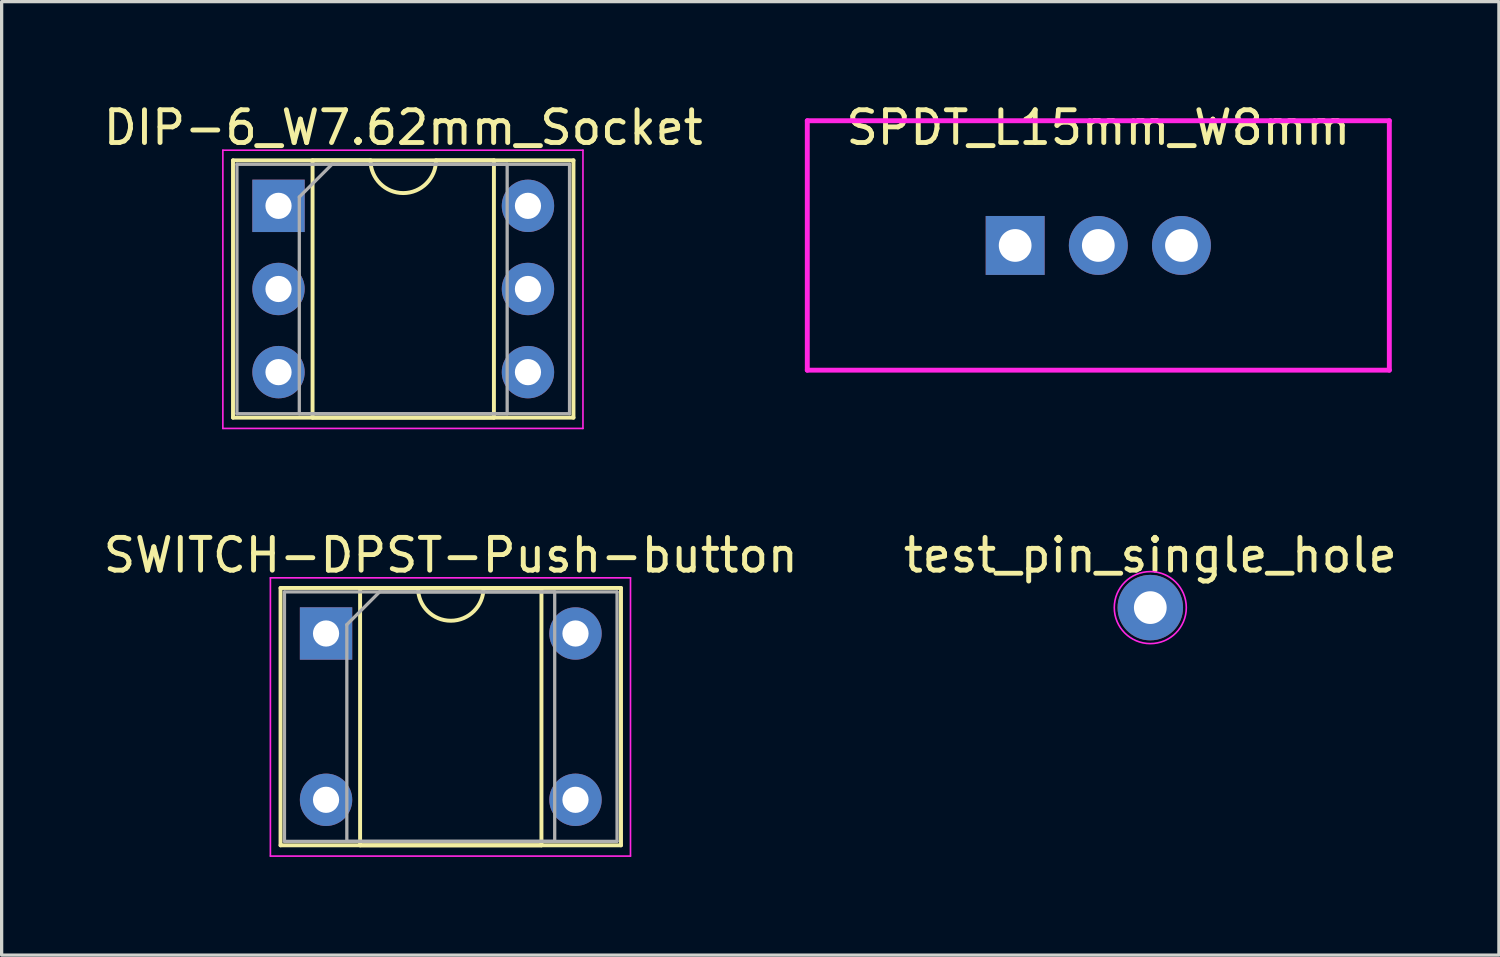
<source format=kicad_pcb>
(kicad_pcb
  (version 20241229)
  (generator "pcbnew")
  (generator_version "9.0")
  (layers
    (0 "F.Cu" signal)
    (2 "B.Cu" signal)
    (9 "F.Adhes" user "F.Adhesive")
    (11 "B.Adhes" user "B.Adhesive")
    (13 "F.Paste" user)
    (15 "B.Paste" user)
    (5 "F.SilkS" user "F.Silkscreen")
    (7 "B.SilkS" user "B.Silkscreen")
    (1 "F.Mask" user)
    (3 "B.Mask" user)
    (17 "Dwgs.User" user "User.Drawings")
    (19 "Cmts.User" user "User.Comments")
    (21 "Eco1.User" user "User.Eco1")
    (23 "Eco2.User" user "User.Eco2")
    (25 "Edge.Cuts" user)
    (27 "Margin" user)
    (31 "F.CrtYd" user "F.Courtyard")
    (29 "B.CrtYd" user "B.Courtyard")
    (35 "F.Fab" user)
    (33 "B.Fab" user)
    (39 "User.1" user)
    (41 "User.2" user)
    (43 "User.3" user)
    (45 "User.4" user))
  (footprint "test_pin_single_hole"
    (layer "F.Cu")
    (at 32.089 15.511)
    (property "Reference" "test_pin_single_hole" (at 0 -1.6 0) (layer "F.SilkS") (effects (font (size 1 1) (thickness 0.15))))
    (attr through_hole)
    (fp_circle (center 0 0) (end 1.1 0) (stroke (width 0.05) (type solid)) (fill no) (layer "F.CrtYd"))
    (pad "1" thru_hole circle (at 0 0) (size 2 2) (drill 1) (layers "*.Cu" "*.Mask")))
  (footprint "DIP-6_W7.62mm_Socket"
    (layer "F.Cu")
    (at 5.458 3.238)
    (property "Reference" "DIP-6_W7.62mm_Socket" (at 3.81 -2.39 0) (layer "F.SilkS") (effects (font (size 1 1) (thickness 0.15))))
    (attr through_hole)
    (fp_line (start -1.39 -1.39) (end -1.39 6.47) (stroke (width 0.12) (type solid)) (layer "F.SilkS"))
    (fp_line (start -1.39 6.47) (end 9.01 6.47) (stroke (width 0.12) (type solid)) (layer "F.SilkS"))
    (fp_line (start 1.04 -1.39) (end 1.04 6.47) (stroke (width 0.12) (type solid)) (layer "F.SilkS"))
    (fp_line (start 1.04 6.47) (end 6.58 6.47) (stroke (width 0.12) (type solid)) (layer "F.SilkS"))
    (fp_line (start 2.81 -1.39) (end 1.04 -1.39) (stroke (width 0.12) (type solid)) (layer "F.SilkS"))
    (fp_line (start 6.58 -1.39) (end 4.81 -1.39) (stroke (width 0.12) (type solid)) (layer "F.SilkS"))
    (fp_line (start 6.58 6.47) (end 6.58 -1.39) (stroke (width 0.12) (type solid)) (layer "F.SilkS"))
    (fp_line (start 9.01 -1.39) (end -1.39 -1.39) (stroke (width 0.12) (type solid)) (layer "F.SilkS"))
    (fp_line (start 9.01 6.47) (end 9.01 -1.39) (stroke (width 0.12) (type solid)) (layer "F.SilkS"))
    (fp_arc (start 4.81 -1.39) (mid 3.81 -0.39) (end 2.81 -1.39) (stroke (width 0.12) (type solid)) (layer "F.SilkS"))
    (fp_line (start -1.7 -1.7) (end -1.7 6.8) (stroke (width 0.05) (type solid)) (layer "F.CrtYd"))
    (fp_line (start -1.7 6.8) (end 9.3 6.8) (stroke (width 0.05) (type solid)) (layer "F.CrtYd"))
    (fp_line (start 9.3 -1.7) (end -1.7 -1.7) (stroke (width 0.05) (type solid)) (layer "F.CrtYd"))
    (fp_line (start 9.3 6.8) (end 9.3 -1.7) (stroke (width 0.05) (type solid)) (layer "F.CrtYd"))
    (fp_line (start -1.27 -1.27) (end -1.27 6.35) (stroke (width 0.1) (type solid)) (layer "F.Fab"))
    (fp_line (start -1.27 6.35) (end 8.89 6.35) (stroke (width 0.1) (type solid)) (layer "F.Fab"))
    (fp_line (start 0.635 -0.27) (end 1.635 -1.27) (stroke (width 0.1) (type solid)) (layer "F.Fab"))
    (fp_line (start 0.635 6.35) (end 0.635 -0.27) (stroke (width 0.1) (type solid)) (layer "F.Fab"))
    (fp_line (start 1.635 -1.27) (end 6.985 -1.27) (stroke (width 0.1) (type solid)) (layer "F.Fab"))
    (fp_line (start 6.985 -1.27) (end 6.985 6.35) (stroke (width 0.1) (type solid)) (layer "F.Fab"))
    (fp_line (start 6.985 6.35) (end 0.635 6.35) (stroke (width 0.1) (type solid)) (layer "F.Fab"))
    (fp_line (start 8.89 -1.27) (end -1.27 -1.27) (stroke (width 0.1) (type solid)) (layer "F.Fab"))
    (fp_line (start 8.89 6.35) (end 8.89 -1.27) (stroke (width 0.1) (type solid)) (layer "F.Fab"))
    (pad "1" thru_hole rect (at 0 0) (size 1.6 1.6) (drill 0.8) (layers "*.Cu" "*.Mask"))
    (pad "2" thru_hole oval (at 0 2.54) (size 1.6 1.6) (drill 0.8) (layers "*.Cu" "*.Mask"))
    (pad "3" thru_hole oval (at 0 5.08) (size 1.6 1.6) (drill 0.8) (layers "*.Cu" "*.Mask"))
    (pad "4" thru_hole oval (at 7.62 5.08) (size 1.6 1.6) (drill 0.8) (layers "*.Cu" "*.Mask"))
    (pad "5" thru_hole oval (at 7.62 2.54) (size 1.6 1.6) (drill 0.8) (layers "*.Cu" "*.Mask"))
    (pad "6" thru_hole oval (at 7.62 0) (size 1.6 1.6) (drill 0.8) (layers "*.Cu" "*.Mask")))
  (footprint "SWITCH-DPST-Push-button"
    (layer "F.Cu")
    (at 6.91 16.302)
    (property "Reference" "SWITCH-DPST-Push-button" (at 3.81 -2.39 0) (layer "F.SilkS") (effects (font (size 1 1) (thickness 0.15))))
    (attr through_hole)
    (fp_line (start -1.39 -1.39) (end -1.39 6.47) (stroke (width 0.12) (type solid)) (layer "F.SilkS"))
    (fp_line (start -1.39 6.47) (end 9.01 6.47) (stroke (width 0.12) (type solid)) (layer "F.SilkS"))
    (fp_line (start 1.04 -1.39) (end 1.04 6.47) (stroke (width 0.12) (type solid)) (layer "F.SilkS"))
    (fp_line (start 1.04 6.47) (end 6.58 6.47) (stroke (width 0.12) (type solid)) (layer "F.SilkS"))
    (fp_line (start 2.81 -1.39) (end 1.04 -1.39) (stroke (width 0.12) (type solid)) (layer "F.SilkS"))
    (fp_line (start 6.58 -1.39) (end 4.81 -1.39) (stroke (width 0.12) (type solid)) (layer "F.SilkS"))
    (fp_line (start 6.58 6.47) (end 6.58 -1.39) (stroke (width 0.12) (type solid)) (layer "F.SilkS"))
    (fp_line (start 9.01 -1.39) (end -1.39 -1.39) (stroke (width 0.12) (type solid)) (layer "F.SilkS"))
    (fp_line (start 9.01 6.47) (end 9.01 -1.39) (stroke (width 0.12) (type solid)) (layer "F.SilkS"))
    (fp_arc (start 4.81 -1.39) (mid 3.81 -0.39) (end 2.81 -1.39) (stroke (width 0.12) (type solid)) (layer "F.SilkS"))
    (fp_line (start -1.7 -1.7) (end -1.7 6.8) (stroke (width 0.05) (type solid)) (layer "F.CrtYd"))
    (fp_line (start -1.7 6.8) (end 9.3 6.8) (stroke (width 0.05) (type solid)) (layer "F.CrtYd"))
    (fp_line (start 9.3 -1.7) (end -1.7 -1.7) (stroke (width 0.05) (type solid)) (layer "F.CrtYd"))
    (fp_line (start 9.3 6.8) (end 9.3 -1.7) (stroke (width 0.05) (type solid)) (layer "F.CrtYd"))
    (fp_line (start -1.27 -1.27) (end -1.27 6.35) (stroke (width 0.1) (type solid)) (layer "F.Fab"))
    (fp_line (start -1.27 6.35) (end 8.89 6.35) (stroke (width 0.1) (type solid)) (layer "F.Fab"))
    (fp_line (start 0.635 -0.27) (end 1.635 -1.27) (stroke (width 0.1) (type solid)) (layer "F.Fab"))
    (fp_line (start 0.635 6.35) (end 0.635 -0.27) (stroke (width 0.1) (type solid)) (layer "F.Fab"))
    (fp_line (start 1.635 -1.27) (end 6.985 -1.27) (stroke (width 0.1) (type solid)) (layer "F.Fab"))
    (fp_line (start 6.985 -1.27) (end 6.985 6.35) (stroke (width 0.1) (type solid)) (layer "F.Fab"))
    (fp_line (start 6.985 6.35) (end 0.635 6.35) (stroke (width 0.1) (type solid)) (layer "F.Fab"))
    (fp_line (start 8.89 -1.27) (end -1.27 -1.27) (stroke (width 0.1) (type solid)) (layer "F.Fab"))
    (fp_line (start 8.89 6.35) (end 8.89 -1.27) (stroke (width 0.1) (type solid)) (layer "F.Fab"))
    (pad "1" thru_hole rect (at 0 0) (size 1.6 1.6) (drill 0.8) (layers "*.Cu" "*.Mask"))
    (pad "2" thru_hole oval (at 0 5.08) (size 1.6 1.6) (drill 0.8) (layers "*.Cu" "*.Mask"))
    (pad "3" thru_hole oval (at 7.62 0) (size 1.6 1.6) (drill 0.8) (layers "*.Cu" "*.Mask"))
    (pad "4" thru_hole oval (at 7.62 5.08) (size 1.6 1.6) (drill 0.8) (layers "*.Cu" "*.Mask")))
  (footprint "SPDT_L15mm_W8mm"
    (layer "F.Cu")
    (at 30.501 4.448)
    (property "Reference" "SPDT_L15mm_W8mm" (at 0 -3.6 0) (layer "F.SilkS") (effects (font (size 1 1) (thickness 0.15))))
    (attr through_hole)
    (fp_line (start -8.89 -3.81) (end 8.89 -3.81) (stroke (width 0.15) (type solid)) (layer "F.CrtYd"))
    (fp_line (start -8.89 3.81) (end -8.89 -3.81) (stroke (width 0.15) (type solid)) (layer "F.CrtYd"))
    (fp_line (start 8.89 -3.81) (end 8.89 3.81) (stroke (width 0.15) (type solid)) (layer "F.CrtYd"))
    (fp_line (start 8.89 3.81) (end -8.89 3.81) (stroke (width 0.15) (type solid)) (layer "F.CrtYd"))
    (pad "1" thru_hole rect (at -2.54 0 90) (size 1.8 1.8) (drill 1) (layers "*.Cu" "*.Mask"))
    (pad "2" thru_hole circle (at 0 0 90) (size 1.8 1.8) (drill 1) (layers "*.Cu" "*.Mask"))
    (pad "3" thru_hole circle (at 2.54 0 90) (size 1.8 1.8) (drill 1) (layers "*.Cu" "*.Mask")))
  (gr_rect
    (start -3 -3)
    (end 42.738 26.127)
    (stroke (width 0.1) (type default))
    (fill no)
    (layer "Edge.Cuts")))
</source>
